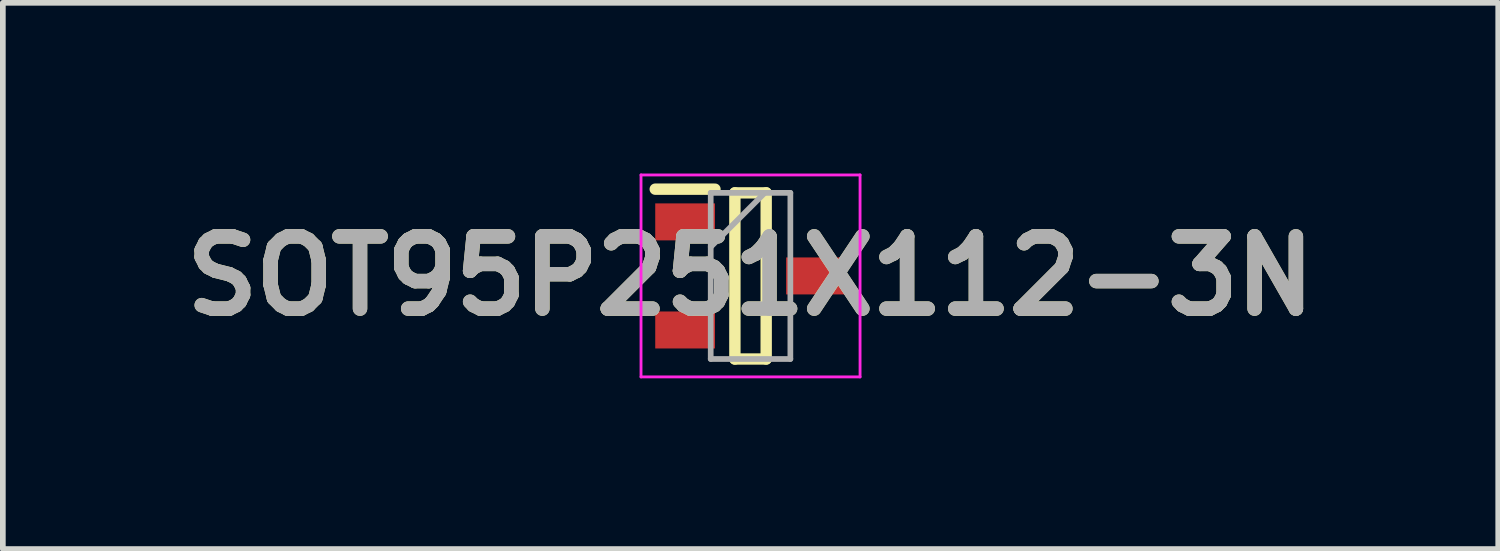
<source format=kicad_pcb>
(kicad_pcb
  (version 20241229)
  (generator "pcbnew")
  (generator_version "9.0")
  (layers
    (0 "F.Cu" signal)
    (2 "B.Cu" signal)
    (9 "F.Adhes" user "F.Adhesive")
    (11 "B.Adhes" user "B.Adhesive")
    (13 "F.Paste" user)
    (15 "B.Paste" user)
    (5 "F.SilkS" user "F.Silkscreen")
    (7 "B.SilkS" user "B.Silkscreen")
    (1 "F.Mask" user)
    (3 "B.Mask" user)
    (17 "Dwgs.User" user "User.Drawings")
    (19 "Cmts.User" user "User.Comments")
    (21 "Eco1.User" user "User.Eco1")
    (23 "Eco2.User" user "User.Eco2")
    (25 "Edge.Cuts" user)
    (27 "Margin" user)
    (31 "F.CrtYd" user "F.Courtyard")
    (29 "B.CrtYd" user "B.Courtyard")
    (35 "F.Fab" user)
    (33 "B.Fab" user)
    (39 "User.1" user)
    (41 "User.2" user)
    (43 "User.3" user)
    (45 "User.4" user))
  (footprint "SOT95P251X112-3N"
    (layer "F.Cu")
    (at 10.142 1.8)
    (property "Reference" "SOT95P251X112-3N" (at 0 0 0) (layer "F.SilkS") (effects (font (size 1.27 1.27) (thickness 0.254))))
    (attr smd)
    (fp_line (start -1.675 -1.525) (end -0.625 -1.525) (stroke (width 0.2) (type solid)) (layer "F.SilkS"))
    (fp_line (start -0.275 -1.46) (end 0.275 -1.46) (stroke (width 0.2) (type solid)) (layer "F.SilkS"))
    (fp_line (start -0.275 1.46) (end -0.275 -1.46) (stroke (width 0.2) (type solid)) (layer "F.SilkS"))
    (fp_line (start 0.275 -1.46) (end 0.275 1.46) (stroke (width 0.2) (type solid)) (layer "F.SilkS"))
    (fp_line (start 0.275 1.46) (end -0.275 1.46) (stroke (width 0.2) (type solid)) (layer "F.SilkS"))
    (fp_line (start -1.925 -1.775) (end 1.925 -1.775) (stroke (width 0.05) (type solid)) (layer "F.CrtYd"))
    (fp_line (start -1.925 1.775) (end -1.925 -1.775) (stroke (width 0.05) (type solid)) (layer "F.CrtYd"))
    (fp_line (start 1.925 -1.775) (end 1.925 1.775) (stroke (width 0.05) (type solid)) (layer "F.CrtYd"))
    (fp_line (start 1.925 1.775) (end -1.925 1.775) (stroke (width 0.05) (type solid)) (layer "F.CrtYd"))
    (fp_line (start -0.7 -1.46) (end 0.7 -1.46) (stroke (width 0.1) (type solid)) (layer "F.Fab"))
    (fp_line (start -0.7 -0.51) (end 0.25 -1.46) (stroke (width 0.1) (type solid)) (layer "F.Fab"))
    (fp_line (start -0.7 1.46) (end -0.7 -1.46) (stroke (width 0.1) (type solid)) (layer "F.Fab"))
    (fp_line (start 0.7 -1.46) (end 0.7 1.46) (stroke (width 0.1) (type solid)) (layer "F.Fab"))
    (fp_line (start 0.7 1.46) (end -0.7 1.46) (stroke (width 0.1) (type solid)) (layer "F.Fab"))
    (fp_text user "${REFERENCE}" (at 0 0 0) (layer "F.Fab") (effects (font (size 1.27 1.27) (thickness 0.254))))
    (pad "1" smd rect (at -1.15 -0.95 90) (size 0.65 1.05) (layers "F.Cu" "F.Mask" "F.Paste"))
    (pad "2" smd rect (at -1.15 0.95 90) (size 0.65 1.05) (layers "F.Cu" "F.Mask" "F.Paste"))
    (pad "3" smd rect (at 1.15 0 90) (size 0.65 1.05) (layers "F.Cu" "F.Mask" "F.Paste")))
  (gr_rect
    (start -3 -3)
    (end 23.284 6.6)
    (stroke (width 0.1) (type default))
    (fill no)
    (layer "Edge.Cuts")))
</source>
